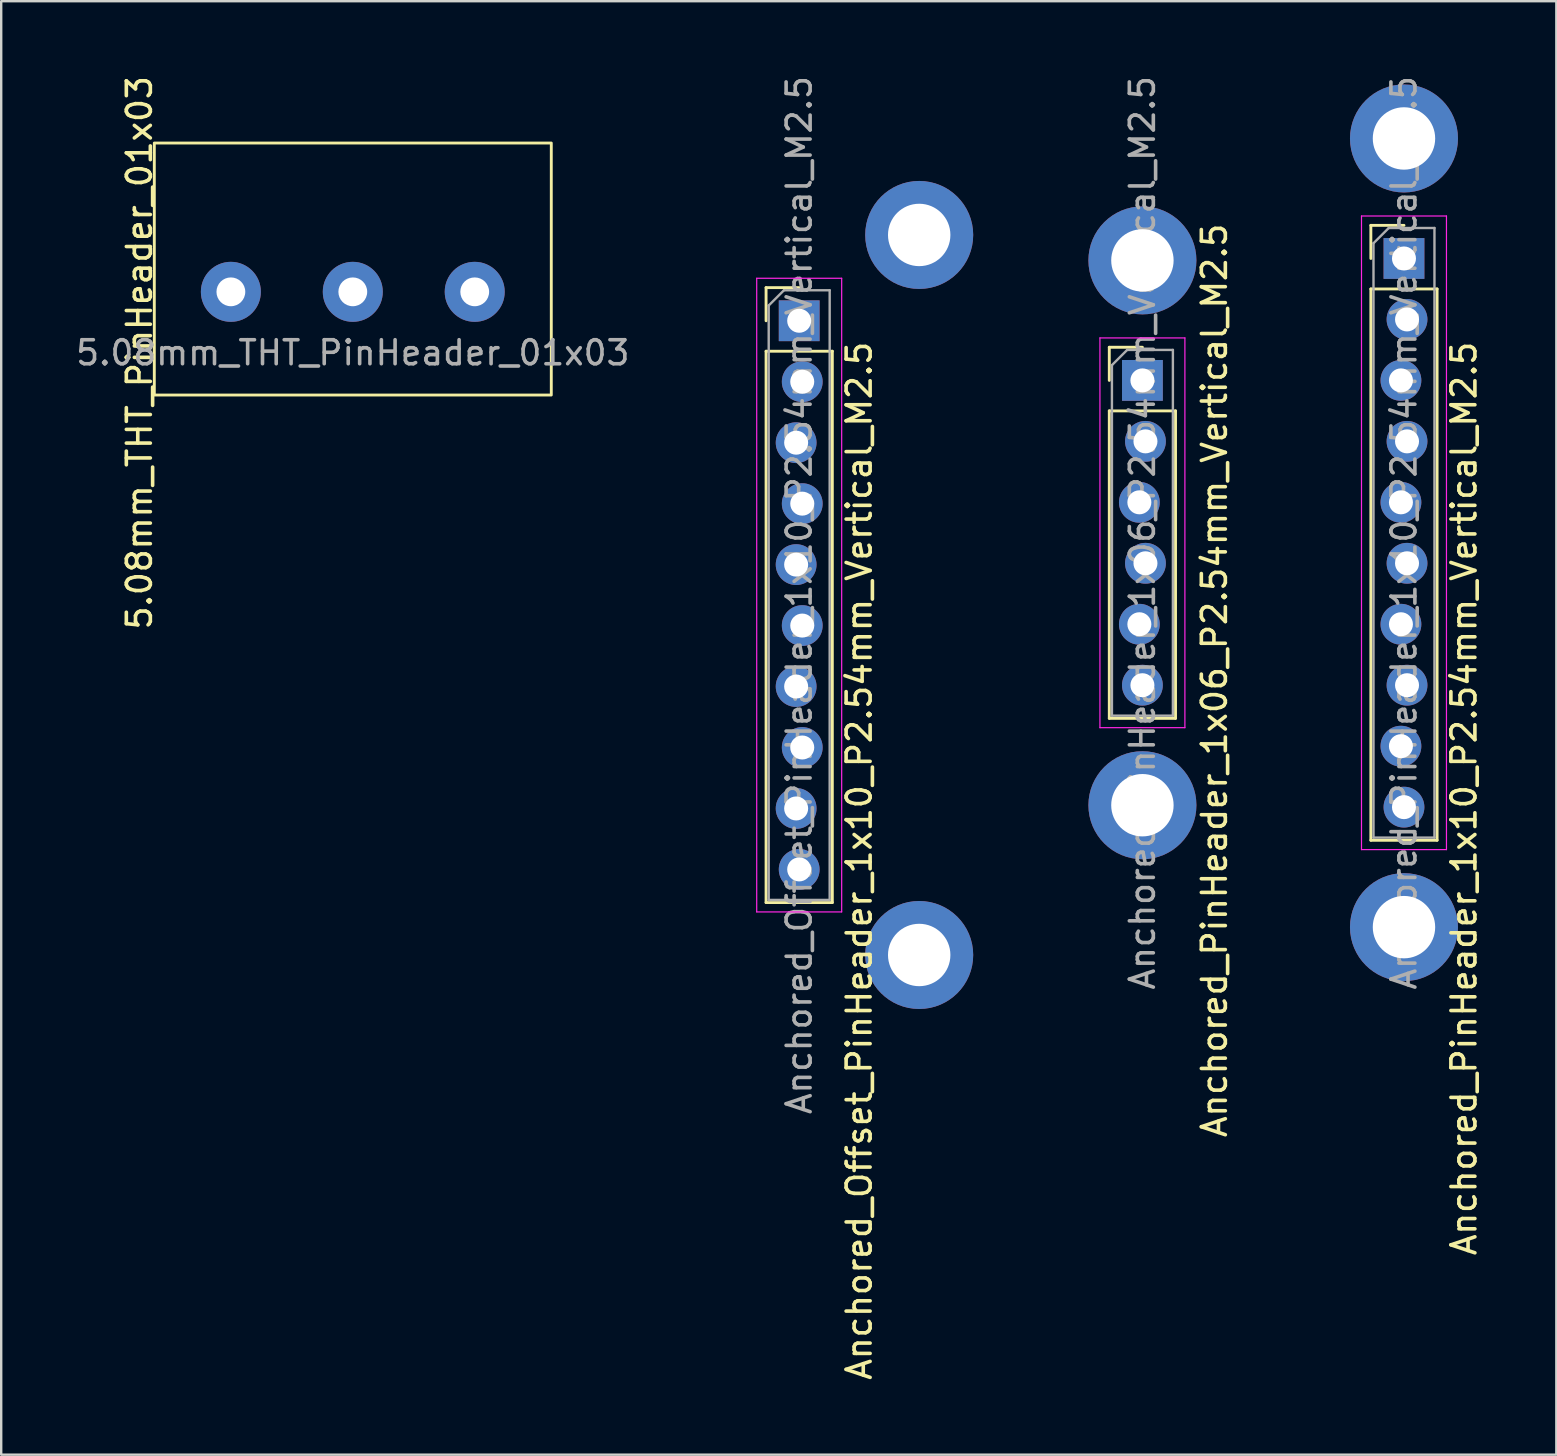
<source format=kicad_pcb>
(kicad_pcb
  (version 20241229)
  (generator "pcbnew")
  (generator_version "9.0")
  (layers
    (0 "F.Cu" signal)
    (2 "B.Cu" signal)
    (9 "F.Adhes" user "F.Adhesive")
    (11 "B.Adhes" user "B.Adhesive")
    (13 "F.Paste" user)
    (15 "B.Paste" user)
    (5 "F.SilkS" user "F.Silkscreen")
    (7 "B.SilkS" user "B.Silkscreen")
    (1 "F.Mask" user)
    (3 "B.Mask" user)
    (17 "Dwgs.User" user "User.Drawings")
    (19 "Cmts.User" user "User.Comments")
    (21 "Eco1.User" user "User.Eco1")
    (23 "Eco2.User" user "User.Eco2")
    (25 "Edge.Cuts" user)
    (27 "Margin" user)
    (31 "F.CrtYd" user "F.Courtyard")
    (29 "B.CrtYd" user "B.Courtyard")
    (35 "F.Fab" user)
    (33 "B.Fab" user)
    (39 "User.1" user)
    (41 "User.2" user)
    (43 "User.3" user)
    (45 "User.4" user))
  (footprint "Anchored_PinHeader_1x10_P2.54mm_Vertical_M2.5"
    (layer "F.Cu")
    (at 55.446 7.719)
    (property "Reference" "Anchored_PinHeader_1x10_P2.54mm_Vertical_M2.5" (at 2.5 22.5 90) (layer "F.SilkS") (effects (font (size 1 1) (thickness 0.15))))
    (attr through_hole)
    (fp_line (start -1.38 -1.38) (end 0 -1.38) (stroke (width 0.12) (type solid)) (layer "F.SilkS"))
    (fp_line (start -1.38 0) (end -1.38 -1.38) (stroke (width 0.12) (type solid)) (layer "F.SilkS"))
    (fp_line (start -1.38 1.27) (end -1.38 24.24) (stroke (width 0.12) (type solid)) (layer "F.SilkS"))
    (fp_line (start -1.38 1.27) (end 1.38 1.27) (stroke (width 0.12) (type solid)) (layer "F.SilkS"))
    (fp_line (start -1.38 24.24) (end 1.38 24.24) (stroke (width 0.12) (type solid)) (layer "F.SilkS"))
    (fp_line (start 1.38 1.27) (end 1.38 24.24) (stroke (width 0.12) (type solid)) (layer "F.SilkS"))
    (fp_line (start -4 -7) (end -4 30) (stroke (width 0.1) (type default)) (layer "Eco1.User"))
    (fp_line (start -1.77 -1.77) (end -1.77 24.63) (stroke (width 0.05) (type solid)) (layer "F.CrtYd"))
    (fp_line (start -1.77 24.63) (end 1.77 24.63) (stroke (width 0.05) (type solid)) (layer "F.CrtYd"))
    (fp_line (start 1.77 -1.77) (end -1.77 -1.77) (stroke (width 0.05) (type solid)) (layer "F.CrtYd"))
    (fp_line (start 1.77 24.63) (end 1.77 -1.77) (stroke (width 0.05) (type solid)) (layer "F.CrtYd"))
    (fp_line (start -1.27 -0.635) (end -0.635 -1.27) (stroke (width 0.1) (type solid)) (layer "F.Fab"))
    (fp_line (start -1.27 24.13) (end -1.27 -0.635) (stroke (width 0.1) (type solid)) (layer "F.Fab"))
    (fp_line (start -0.635 -1.27) (end 1.27 -1.27) (stroke (width 0.1) (type solid)) (layer "F.Fab"))
    (fp_line (start 1.27 -1.27) (end 1.27 24.13) (stroke (width 0.1) (type solid)) (layer "F.Fab"))
    (fp_line (start 1.27 24.13) (end -1.27 24.13) (stroke (width 0.1) (type solid)) (layer "F.Fab"))
    (fp_text user "Board Edge" (at -2.5 11.5 90) (unlocked yes) (layer "Eco1.User") (effects (font (size 1 1) (thickness 0.15)) (justify bottom)))
    (fp_text user "${REFERENCE}" (at 0 11.43 90) (layer "F.Fab") (effects (font (size 1 1) (thickness 0.15))))
    (pad "1" thru_hole rect (at 0 0) (size 1.7 1.7) (drill 1) (layers "*.Cu" "*.Mask"))
    (pad "2" thru_hole circle (at 0.127 2.54) (size 1.7 1.7) (drill 1) (layers "*.Cu" "*.Mask"))
    (pad "3" thru_hole circle (at -0.127 5.08) (size 1.7 1.7) (drill 1) (layers "*.Cu" "*.Mask"))
    (pad "4" thru_hole circle (at 0.127 7.62) (size 1.7 1.7) (drill 1) (layers "*.Cu" "*.Mask"))
    (pad "5" thru_hole circle (at -0.127 10.16) (size 1.7 1.7) (drill 1) (layers "*.Cu" "*.Mask"))
    (pad "6" thru_hole circle (at 0.127 12.7) (size 1.7 1.7) (drill 1) (layers "*.Cu" "*.Mask"))
    (pad "7" thru_hole circle (at -0.127 15.24) (size 1.7 1.7) (drill 1) (layers "*.Cu" "*.Mask"))
    (pad "8" thru_hole circle (at 0.127 17.78) (size 1.7 1.7) (drill 1) (layers "*.Cu" "*.Mask"))
    (pad "9" thru_hole circle (at -0.127 20.32) (size 1.7 1.7) (drill 1) (layers "*.Cu" "*.Mask"))
    (pad "10" thru_hole circle (at 0 22.86) (size 1.7 1.7) (drill 1) (layers "*.Cu" "*.Mask"))
    (pad "MP" thru_hole circle (at 0 -5) (size 4.5 4.5) (drill 2.6) (layers "*.Cu" "*.Mask"))
    (pad "MP" thru_hole circle (at 0 27.86) (size 4.5 4.5) (drill 2.6) (layers "*.Cu" "*.Mask")))
  (footprint "5.08mm_THT_PinHeader_01x03"
    (layer "F.Cu")
    (at 6.569 9.109)
    (property "Reference" "5.08mm_THT_PinHeader_01x03" (at -3.81 2.54 90) (unlocked yes) (layer "F.SilkS") (effects (font (size 1 1) (thickness 0.15))))
    (attr through_hole)
    (fp_rect (start -3.19 -6.2) (end 13.35 4.3) (stroke (width 0.12) (type default)) (fill no) (layer "F.SilkS"))
    (fp_text user "${REFERENCE}" (at 5.08 2.54 0) (unlocked yes) (layer "F.Fab") (effects (font (size 1 1) (thickness 0.15))))
    (pad "1" thru_hole circle (at 0 0) (size 2.5 2.5) (drill 1.2) (layers "*.Cu" "*.Mask"))
    (pad "2" thru_hole circle (at 5.08 0) (size 2.5 2.5) (drill 1.2) (layers "*.Cu" "*.Mask"))
    (pad "3" thru_hole circle (at 10.16 0) (size 2.5 2.5) (drill 1.2) (layers "*.Cu" "*.Mask")))
  (footprint "Anchored_Offset_PinHeader_1x10_P2.54mm_Vertical_M2.5"
    (layer "F.Cu")
    (at 30.248 10.314)
    (property "Reference" "Anchored_Offset_PinHeader_1x10_P2.54mm_Vertical_M2.5" (at 2.5 22.5 90) (layer "F.SilkS") (effects (font (size 1 1) (thickness 0.15))))
    (attr through_hole)
    (fp_line (start -1.38 -1.38) (end 0 -1.38) (stroke (width 0.12) (type solid)) (layer "F.SilkS"))
    (fp_line (start -1.38 0) (end -1.38 -1.38) (stroke (width 0.12) (type solid)) (layer "F.SilkS"))
    (fp_line (start -1.38 1.27) (end -1.38 24.24) (stroke (width 0.12) (type solid)) (layer "F.SilkS"))
    (fp_line (start -1.38 1.27) (end 1.38 1.27) (stroke (width 0.12) (type solid)) (layer "F.SilkS"))
    (fp_line (start -1.38 24.24) (end 1.38 24.24) (stroke (width 0.12) (type solid)) (layer "F.SilkS"))
    (fp_line (start 1.38 1.27) (end 1.38 24.24) (stroke (width 0.12) (type solid)) (layer "F.SilkS"))
    (fp_line (start -1.77 -1.77) (end -1.77 24.63) (stroke (width 0.05) (type solid)) (layer "F.CrtYd"))
    (fp_line (start -1.77 24.63) (end 1.77 24.63) (stroke (width 0.05) (type solid)) (layer "F.CrtYd"))
    (fp_line (start 1.77 -1.77) (end -1.77 -1.77) (stroke (width 0.05) (type solid)) (layer "F.CrtYd"))
    (fp_line (start 1.77 24.63) (end 1.77 -1.77) (stroke (width 0.05) (type solid)) (layer "F.CrtYd"))
    (fp_line (start -1.27 -0.635) (end -0.635 -1.27) (stroke (width 0.1) (type solid)) (layer "F.Fab"))
    (fp_line (start -1.27 24.13) (end -1.27 -0.635) (stroke (width 0.1) (type solid)) (layer "F.Fab"))
    (fp_line (start -0.635 -1.27) (end 1.27 -1.27) (stroke (width 0.1) (type solid)) (layer "F.Fab"))
    (fp_line (start 1.27 -1.27) (end 1.27 24.13) (stroke (width 0.1) (type solid)) (layer "F.Fab"))
    (fp_line (start 1.27 24.13) (end -1.27 24.13) (stroke (width 0.1) (type solid)) (layer "F.Fab"))
    (fp_text user "Board Edge" (at -2.5 11.5 90) (unlocked yes) (layer "Eco1.User") (effects (font (size 1 1) (thickness 0.15)) (justify bottom)))
    (fp_text user "${REFERENCE}" (at 0 11.43 90) (layer "F.Fab") (effects (font (size 1 1) (thickness 0.15))))
    (pad "1" thru_hole rect (at 0 0) (size 1.7 1.7) (drill 1) (layers "*.Cu" "*.Mask"))
    (pad "2" thru_hole circle (at 0.127 2.54) (size 1.7 1.7) (drill 1) (layers "*.Cu" "*.Mask"))
    (pad "3" thru_hole circle (at -0.127 5.08) (size 1.7 1.7) (drill 1) (layers "*.Cu" "*.Mask"))
    (pad "4" thru_hole circle (at 0.127 7.62) (size 1.7 1.7) (drill 1) (layers "*.Cu" "*.Mask"))
    (pad "5" thru_hole circle (at -0.127 10.16) (size 1.7 1.7) (drill 1) (layers "*.Cu" "*.Mask"))
    (pad "6" thru_hole circle (at 0.127 12.7) (size 1.7 1.7) (drill 1) (layers "*.Cu" "*.Mask"))
    (pad "7" thru_hole circle (at -0.127 15.24) (size 1.7 1.7) (drill 1) (layers "*.Cu" "*.Mask"))
    (pad "8" thru_hole circle (at 0.127 17.78) (size 1.7 1.7) (drill 1) (layers "*.Cu" "*.Mask"))
    (pad "9" thru_hole circle (at -0.127 20.32) (size 1.7 1.7) (drill 1) (layers "*.Cu" "*.Mask"))
    (pad "10" thru_hole circle (at 0 22.86) (size 1.7 1.7) (drill 1) (layers "*.Cu" "*.Mask"))
    (pad "MP" thru_hole circle (at 5 -3.575) (size 4.5 4.5) (drill 2.6) (layers "*.Cu" "*.Mask"))
    (pad "MP" thru_hole circle (at 5 26.425) (size 4.5 4.5) (drill 2.6) (layers "*.Cu" "*.Mask")))
  (footprint "Anchored_PinHeader_1x06_P2.54mm_Vertical_M2.5"
    (layer "F.Cu")
    (at 44.548 12.799)
    (property "Reference" "Anchored_PinHeader_1x06_P2.54mm_Vertical_M2.5" (at 3 12.5 90) (layer "F.SilkS") (effects (font (size 1 1) (thickness 0.15))))
    (attr through_hole)
    (fp_line (start -1.38 -1.38) (end 0 -1.38) (stroke (width 0.12) (type solid)) (layer "F.SilkS"))
    (fp_line (start -1.38 0) (end -1.38 -1.38) (stroke (width 0.12) (type solid)) (layer "F.SilkS"))
    (fp_line (start -1.38 1.27) (end -1.38 14.08) (stroke (width 0.12) (type solid)) (layer "F.SilkS"))
    (fp_line (start -1.38 1.27) (end 1.38 1.27) (stroke (width 0.12) (type solid)) (layer "F.SilkS"))
    (fp_line (start -1.38 14.08) (end 1.38 14.08) (stroke (width 0.12) (type solid)) (layer "F.SilkS"))
    (fp_line (start 1.38 1.27) (end 1.38 14.08) (stroke (width 0.12) (type solid)) (layer "F.SilkS"))
    (fp_line (start -4 -6.3) (end -4 19.5) (stroke (width 0.1) (type default)) (layer "Eco1.User"))
    (fp_line (start -1.77 -1.77) (end -1.77 14.47) (stroke (width 0.05) (type solid)) (layer "F.CrtYd"))
    (fp_line (start -1.77 14.47) (end 1.77 14.47) (stroke (width 0.05) (type solid)) (layer "F.CrtYd"))
    (fp_line (start 1.77 -1.77) (end -1.77 -1.77) (stroke (width 0.05) (type solid)) (layer "F.CrtYd"))
    (fp_line (start 1.77 14.47) (end 1.77 -1.77) (stroke (width 0.05) (type solid)) (layer "F.CrtYd"))
    (fp_line (start -1.27 -0.635) (end -0.635 -1.27) (stroke (width 0.1) (type solid)) (layer "F.Fab"))
    (fp_line (start -1.27 13.97) (end -1.27 -0.635) (stroke (width 0.1) (type solid)) (layer "F.Fab"))
    (fp_line (start -0.635 -1.27) (end 1.27 -1.27) (stroke (width 0.1) (type solid)) (layer "F.Fab"))
    (fp_line (start 1.27 -1.27) (end 1.27 13.97) (stroke (width 0.1) (type solid)) (layer "F.Fab"))
    (fp_line (start 1.27 13.97) (end -1.27 13.97) (stroke (width 0.1) (type solid)) (layer "F.Fab"))
    (fp_text user "Board Edge" (at -2.5 6.5 90) (unlocked yes) (layer "Eco1.User") (effects (font (size 1 1) (thickness 0.15)) (justify bottom)))
    (fp_text user "${REFERENCE}" (at 0 6.35 90) (layer "F.Fab") (effects (font (size 1 1) (thickness 0.15))))
    (pad "1" thru_hole rect (at 0 0) (size 1.7 1.7) (drill 1) (layers "*.Cu" "*.Mask"))
    (pad "2" thru_hole circle (at 0.127 2.54) (size 1.7 1.7) (drill 1) (layers "*.Cu" "*.Mask"))
    (pad "3" thru_hole circle (at -0.127 5.08) (size 1.7 1.7) (drill 1) (layers "*.Cu" "*.Mask"))
    (pad "4" thru_hole circle (at 0.127 7.62) (size 1.7 1.7) (drill 1) (layers "*.Cu" "*.Mask"))
    (pad "5" thru_hole circle (at -0.127 10.16) (size 1.7 1.7) (drill 1) (layers "*.Cu" "*.Mask"))
    (pad "6" thru_hole circle (at 0 12.7) (size 1.7 1.7) (drill 1) (layers "*.Cu" "*.Mask"))
    (pad "MP" thru_hole circle (at 0 -5) (size 4.5 4.5) (drill 2.6) (layers "*.Cu" "*.Mask"))
    (pad "MP" thru_hole circle (at 0 17.7) (size 4.5 4.5) (drill 2.6) (layers "*.Cu" "*.Mask")))
  (gr_rect
    (start -3 -3)
    (end 61.794 57.558)
    (stroke (width 0.1) (type default))
    (fill no)
    (layer "Edge.Cuts")))
</source>
